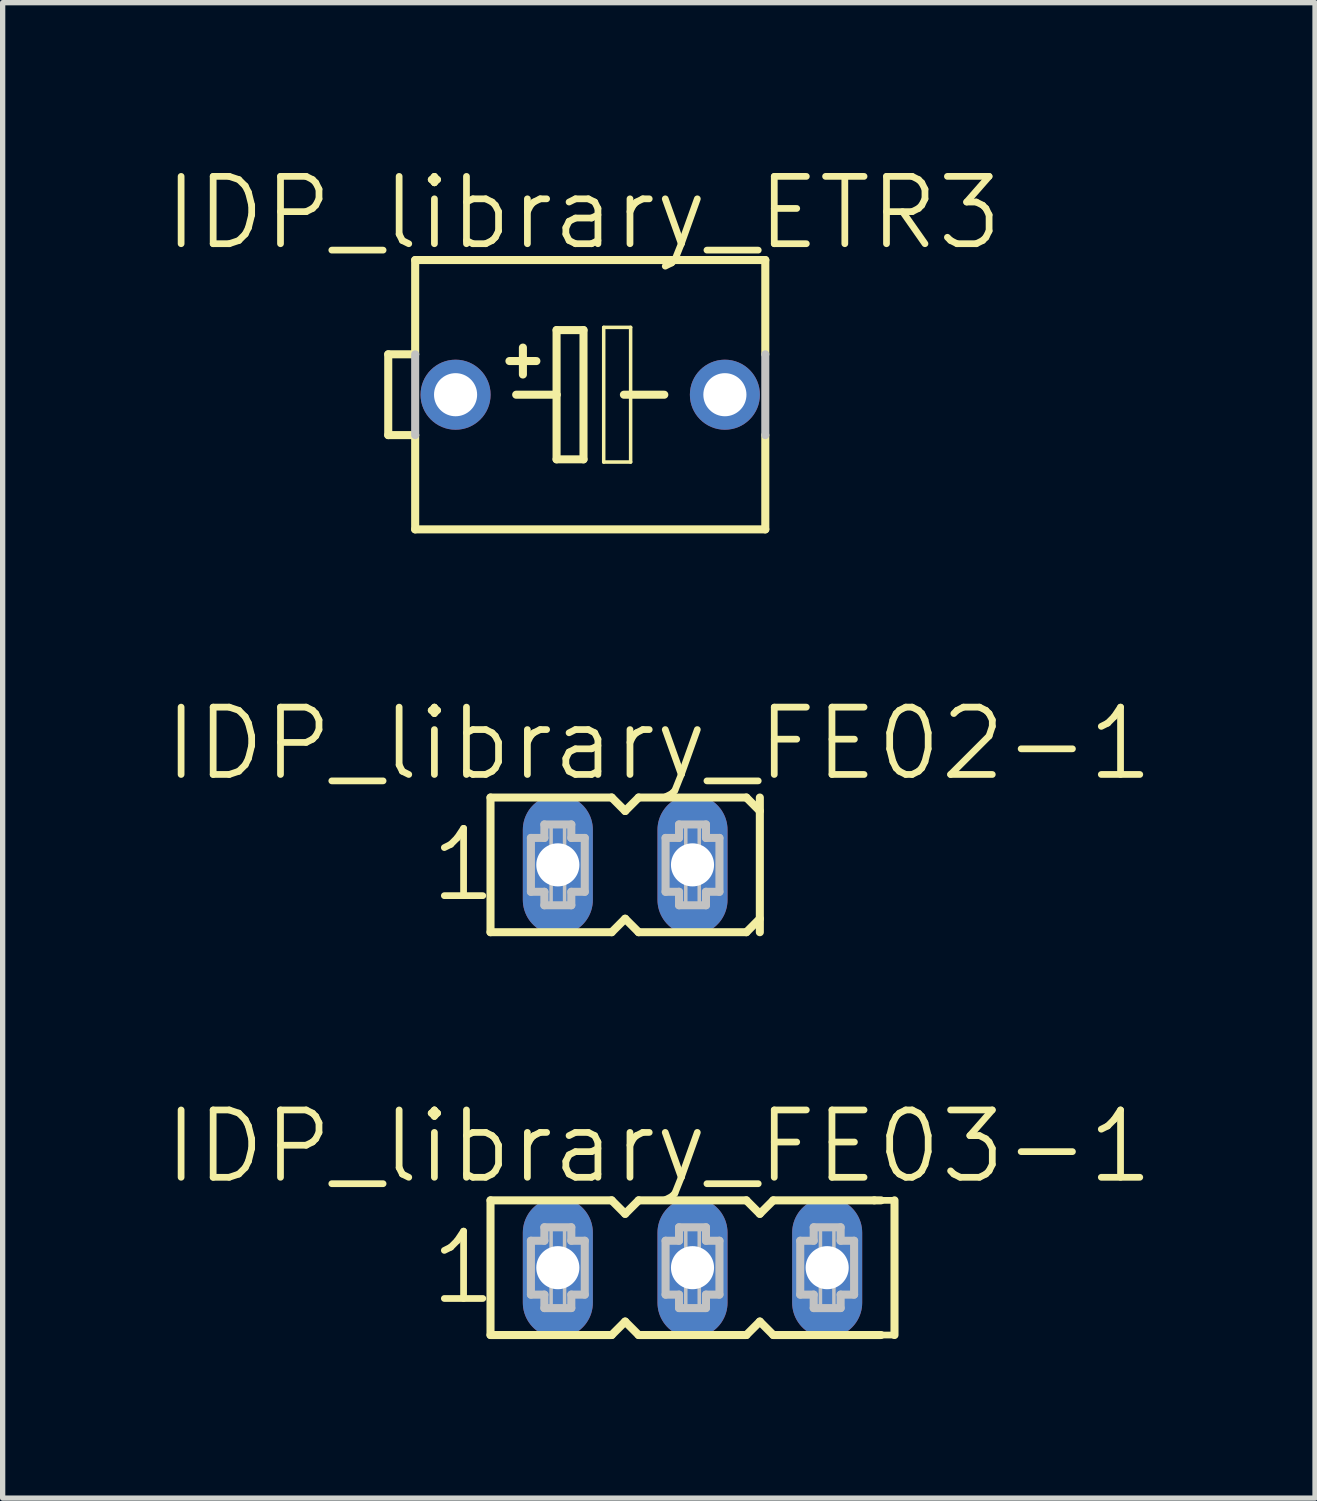
<source format=kicad_pcb>
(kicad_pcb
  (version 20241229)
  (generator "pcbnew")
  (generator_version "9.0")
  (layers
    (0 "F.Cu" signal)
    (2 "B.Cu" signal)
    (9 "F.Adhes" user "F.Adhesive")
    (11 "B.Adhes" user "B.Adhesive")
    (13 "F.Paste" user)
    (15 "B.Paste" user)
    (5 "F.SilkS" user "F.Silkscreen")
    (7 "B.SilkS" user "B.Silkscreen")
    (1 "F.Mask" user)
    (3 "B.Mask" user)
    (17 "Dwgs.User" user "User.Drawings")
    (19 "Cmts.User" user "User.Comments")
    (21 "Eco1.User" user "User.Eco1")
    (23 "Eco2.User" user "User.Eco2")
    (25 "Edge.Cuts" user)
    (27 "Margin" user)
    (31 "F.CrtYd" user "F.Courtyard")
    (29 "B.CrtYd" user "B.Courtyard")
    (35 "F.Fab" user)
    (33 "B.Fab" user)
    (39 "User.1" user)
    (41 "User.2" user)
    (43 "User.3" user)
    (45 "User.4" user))
  (footprint "IDP_library_FE02-1"
    (layer "F.Cu")
    (at 7.472 13.263)
    (property "Reference" "IDP_library_FE02-1" (at 1.905 -2.286 0) (layer "F.SilkS") (effects (font (size 1.27 1.27) (thickness 0.127))))
    (attr exclude_from_pos_files exclude_from_bom)
    (fp_line (start -1.27 -1.27) (end -1.27 1.27) (stroke (width 0.152) (type solid)) (layer "F.SilkS"))
    (fp_line (start -1.27 1.27) (end 1.016 1.27) (stroke (width 0.152) (type solid)) (layer "F.SilkS"))
    (fp_line (start 1.016 -1.27) (end -1.27 -1.27) (stroke (width 0.152) (type solid)) (layer "F.SilkS"))
    (fp_line (start 1.016 1.27) (end 1.27 1.016) (stroke (width 0.152) (type solid)) (layer "F.SilkS"))
    (fp_line (start 1.27 -1.016) (end 1.016 -1.27) (stroke (width 0.152) (type solid)) (layer "F.SilkS"))
    (fp_line (start 1.27 1.016) (end 1.524 1.27) (stroke (width 0.152) (type solid)) (layer "F.SilkS"))
    (fp_line (start 1.524 -1.27) (end 1.27 -1.016) (stroke (width 0.152) (type solid)) (layer "F.SilkS"))
    (fp_line (start 1.524 1.27) (end 3.556 1.27) (stroke (width 0.152) (type solid)) (layer "F.SilkS"))
    (fp_line (start 3.556 -1.27) (end 1.524 -1.27) (stroke (width 0.152) (type solid)) (layer "F.SilkS"))
    (fp_line (start 3.556 1.27) (end 3.81 1.016) (stroke (width 0.152) (type solid)) (layer "F.SilkS"))
    (fp_line (start 3.81 -1.016) (end 3.556 -1.27) (stroke (width 0.152) (type solid)) (layer "F.SilkS"))
    (fp_line (start 3.81 1.27) (end 3.81 -1.27) (stroke (width 0.152) (type solid)) (layer "F.SilkS"))
    (fp_line (start -0.508 -0.508) (end -0.508 0.508) (stroke (width 0.152) (type solid)) (layer "Dwgs.User"))
    (fp_line (start -0.508 0.508) (end -0.254 0.508) (stroke (width 0.152) (type solid)) (layer "Dwgs.User"))
    (fp_line (start -0.254 -0.762) (end -0.254 -0.508) (stroke (width 0.152) (type solid)) (layer "Dwgs.User"))
    (fp_line (start -0.254 -0.508) (end -0.508 -0.508) (stroke (width 0.152) (type solid)) (layer "Dwgs.User"))
    (fp_line (start -0.254 0.508) (end -0.254 0.762) (stroke (width 0.152) (type solid)) (layer "Dwgs.User"))
    (fp_line (start -0.254 0.762) (end 0.254 0.762) (stroke (width 0.152) (type solid)) (layer "Dwgs.User"))
    (fp_line (start -0.127 -0.762) (end 0.127 -0.762) (stroke (width 0.066) (type solid)) (layer "Dwgs.User"))
    (fp_line (start -0.127 -0.254) (end -0.127 -0.762) (stroke (width 0.066) (type solid)) (layer "Dwgs.User"))
    (fp_line (start -0.127 -0.254) (end 0.127 -0.254) (stroke (width 0.066) (type solid)) (layer "Dwgs.User"))
    (fp_line (start -0.127 0.254) (end 0.127 0.254) (stroke (width 0.066) (type solid)) (layer "Dwgs.User"))
    (fp_line (start -0.127 0.762) (end -0.127 0.254) (stroke (width 0.066) (type solid)) (layer "Dwgs.User"))
    (fp_line (start -0.127 0.762) (end 0.127 0.762) (stroke (width 0.066) (type solid)) (layer "Dwgs.User"))
    (fp_line (start 0.127 -0.254) (end 0.127 -0.762) (stroke (width 0.066) (type solid)) (layer "Dwgs.User"))
    (fp_line (start 0.127 0.762) (end 0.127 0.254) (stroke (width 0.066) (type solid)) (layer "Dwgs.User"))
    (fp_line (start 0.254 -0.762) (end -0.254 -0.762) (stroke (width 0.152) (type solid)) (layer "Dwgs.User"))
    (fp_line (start 0.254 -0.508) (end 0.254 -0.762) (stroke (width 0.152) (type solid)) (layer "Dwgs.User"))
    (fp_line (start 0.254 0.508) (end 0.508 0.508) (stroke (width 0.152) (type solid)) (layer "Dwgs.User"))
    (fp_line (start 0.254 0.762) (end 0.254 0.508) (stroke (width 0.152) (type solid)) (layer "Dwgs.User"))
    (fp_line (start 0.508 -0.508) (end 0.254 -0.508) (stroke (width 0.152) (type solid)) (layer "Dwgs.User"))
    (fp_line (start 0.508 0.508) (end 0.508 -0.508) (stroke (width 0.152) (type solid)) (layer "Dwgs.User"))
    (fp_line (start 2.032 -0.508) (end 2.032 0.508) (stroke (width 0.152) (type solid)) (layer "Dwgs.User"))
    (fp_line (start 2.032 0.508) (end 2.286 0.508) (stroke (width 0.152) (type solid)) (layer "Dwgs.User"))
    (fp_line (start 2.286 -0.762) (end 2.286 -0.508) (stroke (width 0.152) (type solid)) (layer "Dwgs.User"))
    (fp_line (start 2.286 -0.508) (end 2.032 -0.508) (stroke (width 0.152) (type solid)) (layer "Dwgs.User"))
    (fp_line (start 2.286 0.508) (end 2.286 0.762) (stroke (width 0.152) (type solid)) (layer "Dwgs.User"))
    (fp_line (start 2.286 0.762) (end 2.794 0.762) (stroke (width 0.152) (type solid)) (layer "Dwgs.User"))
    (fp_line (start 2.413 -0.762) (end 2.667 -0.762) (stroke (width 0.066) (type solid)) (layer "Dwgs.User"))
    (fp_line (start 2.413 -0.254) (end 2.413 -0.762) (stroke (width 0.066) (type solid)) (layer "Dwgs.User"))
    (fp_line (start 2.413 -0.254) (end 2.667 -0.254) (stroke (width 0.066) (type solid)) (layer "Dwgs.User"))
    (fp_line (start 2.413 0.254) (end 2.667 0.254) (stroke (width 0.066) (type solid)) (layer "Dwgs.User"))
    (fp_line (start 2.413 0.762) (end 2.413 0.254) (stroke (width 0.066) (type solid)) (layer "Dwgs.User"))
    (fp_line (start 2.413 0.762) (end 2.667 0.762) (stroke (width 0.066) (type solid)) (layer "Dwgs.User"))
    (fp_line (start 2.667 -0.254) (end 2.667 -0.762) (stroke (width 0.066) (type solid)) (layer "Dwgs.User"))
    (fp_line (start 2.667 0.762) (end 2.667 0.254) (stroke (width 0.066) (type solid)) (layer "Dwgs.User"))
    (fp_line (start 2.794 -0.762) (end 2.286 -0.762) (stroke (width 0.152) (type solid)) (layer "Dwgs.User"))
    (fp_line (start 2.794 -0.508) (end 2.794 -0.762) (stroke (width 0.152) (type solid)) (layer "Dwgs.User"))
    (fp_line (start 2.794 0.508) (end 3.048 0.508) (stroke (width 0.152) (type solid)) (layer "Dwgs.User"))
    (fp_line (start 2.794 0.762) (end 2.794 0.508) (stroke (width 0.152) (type solid)) (layer "Dwgs.User"))
    (fp_line (start 3.048 -0.508) (end 2.794 -0.508) (stroke (width 0.152) (type solid)) (layer "Dwgs.User"))
    (fp_line (start 3.048 0.508) (end 3.048 -0.508) (stroke (width 0.152) (type solid)) (layer "Dwgs.User"))
    (fp_text user "1" (at -1.778 0 0) (layer "F.SilkS") (effects (font (size 1.27 1.27) (thickness 0.127))))
    (pad "1" thru_hole oval (at 0 0 180) (size 1.321 2.642) (drill 0.813) (layers "*.Cu" "*.Paste" "*.Mask"))
    (pad "2" thru_hole oval (at 2.54 0 180) (size 1.321 2.642) (drill 0.813) (layers "*.Cu" "*.Paste" "*.Mask")))
  (footprint "IDP_library_FE03-1"
    (layer "F.Cu")
    (at 10.012 20.861)
    (property "Reference" "IDP_library_FE03-1" (at -0.635 -2.286 0) (layer "F.SilkS") (effects (font (size 1.27 1.27) (thickness 0.127))))
    (attr exclude_from_pos_files exclude_from_bom)
    (fp_line (start -3.81 -1.27) (end -3.81 1.27) (stroke (width 0.152) (type solid)) (layer "F.SilkS"))
    (fp_line (start -3.81 1.27) (end -1.524 1.27) (stroke (width 0.152) (type solid)) (layer "F.SilkS"))
    (fp_line (start -1.524 -1.27) (end -3.81 -1.27) (stroke (width 0.152) (type solid)) (layer "F.SilkS"))
    (fp_line (start -1.524 1.27) (end -1.27 1.016) (stroke (width 0.152) (type solid)) (layer "F.SilkS"))
    (fp_line (start -1.27 -1.016) (end -1.524 -1.27) (stroke (width 0.152) (type solid)) (layer "F.SilkS"))
    (fp_line (start -1.27 1.016) (end -1.016 1.27) (stroke (width 0.152) (type solid)) (layer "F.SilkS"))
    (fp_line (start -1.016 -1.27) (end -1.27 -1.016) (stroke (width 0.152) (type solid)) (layer "F.SilkS"))
    (fp_line (start -1.016 1.27) (end 1.016 1.27) (stroke (width 0.152) (type solid)) (layer "F.SilkS"))
    (fp_line (start 1.016 -1.27) (end -1.016 -1.27) (stroke (width 0.152) (type solid)) (layer "F.SilkS"))
    (fp_line (start 1.016 1.27) (end 1.27 1.016) (stroke (width 0.152) (type solid)) (layer "F.SilkS"))
    (fp_line (start 1.27 -1.016) (end 1.016 -1.27) (stroke (width 0.152) (type solid)) (layer "F.SilkS"))
    (fp_line (start 1.27 1.016) (end 1.524 1.27) (stroke (width 0.152) (type solid)) (layer "F.SilkS"))
    (fp_line (start 1.524 -1.27) (end 1.27 -1.016) (stroke (width 0.152) (type solid)) (layer "F.SilkS"))
    (fp_line (start 1.524 1.27) (end 3.556 1.27) (stroke (width 0.152) (type solid)) (layer "F.SilkS"))
    (fp_line (start 3.429 -1.27) (end 1.524 -1.27) (stroke (width 0.152) (type solid)) (layer "F.SilkS"))
    (fp_line (start 3.556 -1.27) (end 3.429 -1.27) (stroke (width 0.152) (type solid)) (layer "F.SilkS"))
    (fp_line (start 3.81 -1.27) (end 3.429 -1.27) (stroke (width 0.127) (type solid)) (layer "F.SilkS"))
    (fp_line (start 3.81 1.27) (end 3.556 1.27) (stroke (width 0.127) (type solid)) (layer "F.SilkS"))
    (fp_line (start 3.81 1.27) (end 3.81 -1.27) (stroke (width 0.152) (type solid)) (layer "F.SilkS"))
    (fp_line (start -3.048 -0.508) (end -3.048 0.508) (stroke (width 0.152) (type solid)) (layer "Dwgs.User"))
    (fp_line (start -3.048 0.508) (end -2.794 0.508) (stroke (width 0.152) (type solid)) (layer "Dwgs.User"))
    (fp_line (start -2.794 -0.762) (end -2.794 -0.508) (stroke (width 0.152) (type solid)) (layer "Dwgs.User"))
    (fp_line (start -2.794 -0.508) (end -3.048 -0.508) (stroke (width 0.152) (type solid)) (layer "Dwgs.User"))
    (fp_line (start -2.794 0.508) (end -2.794 0.762) (stroke (width 0.152) (type solid)) (layer "Dwgs.User"))
    (fp_line (start -2.794 0.762) (end -2.286 0.762) (stroke (width 0.152) (type solid)) (layer "Dwgs.User"))
    (fp_line (start -2.667 -0.762) (end -2.413 -0.762) (stroke (width 0.066) (type solid)) (layer "Dwgs.User"))
    (fp_line (start -2.667 -0.254) (end -2.667 -0.762) (stroke (width 0.066) (type solid)) (layer "Dwgs.User"))
    (fp_line (start -2.667 -0.254) (end -2.413 -0.254) (stroke (width 0.066) (type solid)) (layer "Dwgs.User"))
    (fp_line (start -2.667 0.254) (end -2.413 0.254) (stroke (width 0.066) (type solid)) (layer "Dwgs.User"))
    (fp_line (start -2.667 0.762) (end -2.667 0.254) (stroke (width 0.066) (type solid)) (layer "Dwgs.User"))
    (fp_line (start -2.667 0.762) (end -2.413 0.762) (stroke (width 0.066) (type solid)) (layer "Dwgs.User"))
    (fp_line (start -2.413 -0.254) (end -2.413 -0.762) (stroke (width 0.066) (type solid)) (layer "Dwgs.User"))
    (fp_line (start -2.413 0.762) (end -2.413 0.254) (stroke (width 0.066) (type solid)) (layer "Dwgs.User"))
    (fp_line (start -2.286 -0.762) (end -2.794 -0.762) (stroke (width 0.152) (type solid)) (layer "Dwgs.User"))
    (fp_line (start -2.286 -0.508) (end -2.286 -0.762) (stroke (width 0.152) (type solid)) (layer "Dwgs.User"))
    (fp_line (start -2.286 0.508) (end -2.032 0.508) (stroke (width 0.152) (type solid)) (layer "Dwgs.User"))
    (fp_line (start -2.286 0.762) (end -2.286 0.508) (stroke (width 0.152) (type solid)) (layer "Dwgs.User"))
    (fp_line (start -2.032 -0.508) (end -2.286 -0.508) (stroke (width 0.152) (type solid)) (layer "Dwgs.User"))
    (fp_line (start -2.032 0.508) (end -2.032 -0.508) (stroke (width 0.152) (type solid)) (layer "Dwgs.User"))
    (fp_line (start -0.508 -0.508) (end -0.508 0.508) (stroke (width 0.152) (type solid)) (layer "Dwgs.User"))
    (fp_line (start -0.508 0.508) (end -0.254 0.508) (stroke (width 0.152) (type solid)) (layer "Dwgs.User"))
    (fp_line (start -0.254 -0.762) (end -0.254 -0.508) (stroke (width 0.152) (type solid)) (layer "Dwgs.User"))
    (fp_line (start -0.254 -0.508) (end -0.508 -0.508) (stroke (width 0.152) (type solid)) (layer "Dwgs.User"))
    (fp_line (start -0.254 0.508) (end -0.254 0.762) (stroke (width 0.152) (type solid)) (layer "Dwgs.User"))
    (fp_line (start -0.254 0.762) (end 0.254 0.762) (stroke (width 0.152) (type solid)) (layer "Dwgs.User"))
    (fp_line (start -0.127 -0.762) (end 0.127 -0.762) (stroke (width 0.066) (type solid)) (layer "Dwgs.User"))
    (fp_line (start -0.127 -0.254) (end -0.127 -0.762) (stroke (width 0.066) (type solid)) (layer "Dwgs.User"))
    (fp_line (start -0.127 -0.254) (end 0.127 -0.254) (stroke (width 0.066) (type solid)) (layer "Dwgs.User"))
    (fp_line (start -0.127 0.254) (end 0.127 0.254) (stroke (width 0.066) (type solid)) (layer "Dwgs.User"))
    (fp_line (start -0.127 0.762) (end -0.127 0.254) (stroke (width 0.066) (type solid)) (layer "Dwgs.User"))
    (fp_line (start -0.127 0.762) (end 0.127 0.762) (stroke (width 0.066) (type solid)) (layer "Dwgs.User"))
    (fp_line (start 0.127 -0.254) (end 0.127 -0.762) (stroke (width 0.066) (type solid)) (layer "Dwgs.User"))
    (fp_line (start 0.127 0.762) (end 0.127 0.254) (stroke (width 0.066) (type solid)) (layer "Dwgs.User"))
    (fp_line (start 0.254 -0.762) (end -0.254 -0.762) (stroke (width 0.152) (type solid)) (layer "Dwgs.User"))
    (fp_line (start 0.254 -0.508) (end 0.254 -0.762) (stroke (width 0.152) (type solid)) (layer "Dwgs.User"))
    (fp_line (start 0.254 0.508) (end 0.508 0.508) (stroke (width 0.152) (type solid)) (layer "Dwgs.User"))
    (fp_line (start 0.254 0.762) (end 0.254 0.508) (stroke (width 0.152) (type solid)) (layer "Dwgs.User"))
    (fp_line (start 0.508 -0.508) (end 0.254 -0.508) (stroke (width 0.152) (type solid)) (layer "Dwgs.User"))
    (fp_line (start 0.508 0.508) (end 0.508 -0.508) (stroke (width 0.152) (type solid)) (layer "Dwgs.User"))
    (fp_line (start 2.032 -0.508) (end 2.032 0.508) (stroke (width 0.152) (type solid)) (layer "Dwgs.User"))
    (fp_line (start 2.032 0.508) (end 2.286 0.508) (stroke (width 0.152) (type solid)) (layer "Dwgs.User"))
    (fp_line (start 2.286 -0.762) (end 2.286 -0.508) (stroke (width 0.152) (type solid)) (layer "Dwgs.User"))
    (fp_line (start 2.286 -0.508) (end 2.032 -0.508) (stroke (width 0.152) (type solid)) (layer "Dwgs.User"))
    (fp_line (start 2.286 0.508) (end 2.286 0.762) (stroke (width 0.152) (type solid)) (layer "Dwgs.User"))
    (fp_line (start 2.286 0.762) (end 2.794 0.762) (stroke (width 0.152) (type solid)) (layer "Dwgs.User"))
    (fp_line (start 2.413 -0.762) (end 2.667 -0.762) (stroke (width 0.066) (type solid)) (layer "Dwgs.User"))
    (fp_line (start 2.413 -0.254) (end 2.413 -0.762) (stroke (width 0.066) (type solid)) (layer "Dwgs.User"))
    (fp_line (start 2.413 -0.254) (end 2.667 -0.254) (stroke (width 0.066) (type solid)) (layer "Dwgs.User"))
    (fp_line (start 2.413 0.254) (end 2.667 0.254) (stroke (width 0.066) (type solid)) (layer "Dwgs.User"))
    (fp_line (start 2.413 0.762) (end 2.413 0.254) (stroke (width 0.066) (type solid)) (layer "Dwgs.User"))
    (fp_line (start 2.413 0.762) (end 2.667 0.762) (stroke (width 0.066) (type solid)) (layer "Dwgs.User"))
    (fp_line (start 2.667 -0.254) (end 2.667 -0.762) (stroke (width 0.066) (type solid)) (layer "Dwgs.User"))
    (fp_line (start 2.667 0.762) (end 2.667 0.254) (stroke (width 0.066) (type solid)) (layer "Dwgs.User"))
    (fp_line (start 2.794 -0.762) (end 2.286 -0.762) (stroke (width 0.152) (type solid)) (layer "Dwgs.User"))
    (fp_line (start 2.794 -0.508) (end 2.794 -0.762) (stroke (width 0.152) (type solid)) (layer "Dwgs.User"))
    (fp_line (start 2.794 0.508) (end 3.048 0.508) (stroke (width 0.152) (type solid)) (layer "Dwgs.User"))
    (fp_line (start 2.794 0.762) (end 2.794 0.508) (stroke (width 0.152) (type solid)) (layer "Dwgs.User"))
    (fp_line (start 3.048 -0.508) (end 2.794 -0.508) (stroke (width 0.152) (type solid)) (layer "Dwgs.User"))
    (fp_line (start 3.048 0.508) (end 3.048 -0.508) (stroke (width 0.152) (type solid)) (layer "Dwgs.User"))
    (fp_text user "1" (at -4.318 0 0) (layer "F.SilkS") (effects (font (size 1.27 1.27) (thickness 0.127))))
    (pad "1" thru_hole oval (at -2.54 0 180) (size 1.321 2.642) (drill 0.813) (layers "*.Cu" "*.Paste" "*.Mask"))
    (pad "2" thru_hole oval (at 0 0 180) (size 1.321 2.642) (drill 0.813) (layers "*.Cu" "*.Paste" "*.Mask"))
    (pad "3" thru_hole oval (at 2.54 0 180) (size 1.321 2.642) (drill 0.813) (layers "*.Cu" "*.Paste" "*.Mask")))
  (footprint "IDP_library_ETR3"
    (layer "F.Cu")
    (at 8.083 4.395)
    (property "Reference" "IDP_library_ETR3" (at -0.127 -3.429 0) (layer "F.SilkS") (effects (font (size 1.27 1.27) (thickness 0.127))))
    (attr exclude_from_pos_files exclude_from_bom)
    (fp_line (start -3.81 -0.762) (end -3.81 0.762) (stroke (width 0.152) (type solid)) (layer "F.SilkS"))
    (fp_line (start -3.81 0.762) (end -3.302 0.762) (stroke (width 0.152) (type solid)) (layer "F.SilkS"))
    (fp_line (start -3.302 -0.762) (end -3.81 -0.762) (stroke (width 0.152) (type solid)) (layer "F.SilkS"))
    (fp_line (start -3.302 -0.762) (end -3.302 -2.54) (stroke (width 0.152) (type solid)) (layer "F.SilkS"))
    (fp_line (start -3.302 2.54) (end -3.302 0.762) (stroke (width 0.152) (type solid)) (layer "F.SilkS"))
    (fp_line (start -3.302 2.54) (end 3.302 2.54) (stroke (width 0.152) (type solid)) (layer "F.SilkS"))
    (fp_line (start -1.524 -0.635) (end -1.016 -0.635) (stroke (width 0.152) (type solid)) (layer "F.SilkS"))
    (fp_line (start -1.397 0) (end -0.635 0) (stroke (width 0.152) (type solid)) (layer "F.SilkS"))
    (fp_line (start -1.27 -0.889) (end -1.27 -0.381) (stroke (width 0.152) (type solid)) (layer "F.SilkS"))
    (fp_line (start -0.635 -1.219) (end -0.635 0) (stroke (width 0.152) (type solid)) (layer "F.SilkS"))
    (fp_line (start -0.635 0) (end -0.635 1.219) (stroke (width 0.152) (type solid)) (layer "F.SilkS"))
    (fp_line (start -0.635 1.219) (end -0.127 1.219) (stroke (width 0.152) (type solid)) (layer "F.SilkS"))
    (fp_line (start -0.127 -1.219) (end -0.635 -1.219) (stroke (width 0.152) (type solid)) (layer "F.SilkS"))
    (fp_line (start -0.127 1.219) (end -0.127 -1.219) (stroke (width 0.152) (type solid)) (layer "F.SilkS"))
    (fp_line (start 0.254 -1.27) (end 0.762 -1.27) (stroke (width 0.066) (type solid)) (layer "F.SilkS"))
    (fp_line (start 0.254 1.27) (end 0.254 -1.27) (stroke (width 0.066) (type solid)) (layer "F.SilkS"))
    (fp_line (start 0.254 1.27) (end 0.762 1.27) (stroke (width 0.066) (type solid)) (layer "F.SilkS"))
    (fp_line (start 0.635 0) (end 1.397 0) (stroke (width 0.152) (type solid)) (layer "F.SilkS"))
    (fp_line (start 0.762 1.27) (end 0.762 -1.27) (stroke (width 0.066) (type solid)) (layer "F.SilkS"))
    (fp_line (start 3.302 -2.54) (end -3.302 -2.54) (stroke (width 0.152) (type solid)) (layer "F.SilkS"))
    (fp_line (start 3.302 -0.762) (end 3.302 -2.54) (stroke (width 0.152) (type solid)) (layer "F.SilkS"))
    (fp_line (start 3.302 2.54) (end 3.302 0.762) (stroke (width 0.152) (type solid)) (layer "F.SilkS"))
    (fp_line (start -3.302 0.762) (end -3.302 -0.762) (stroke (width 0.152) (type solid)) (layer "Dwgs.User"))
    (fp_line (start 3.302 -0.762) (end 3.302 0.762) (stroke (width 0.152) (type solid)) (layer "Dwgs.User"))
    (pad "+" thru_hole circle (at -2.54 0) (size 1.321 1.321) (drill 0.813) (layers "*.Cu" "*.Paste" "*.Mask"))
    (pad "-" thru_hole circle (at 2.54 0) (size 1.321 1.321) (drill 0.813) (layers "*.Cu" "*.Paste" "*.Mask")))
  (gr_rect
    (start -3 -3)
    (end 21.754 25.207)
    (stroke (width 0.1) (type default))
    (fill no)
    (layer "Edge.Cuts")))
</source>
